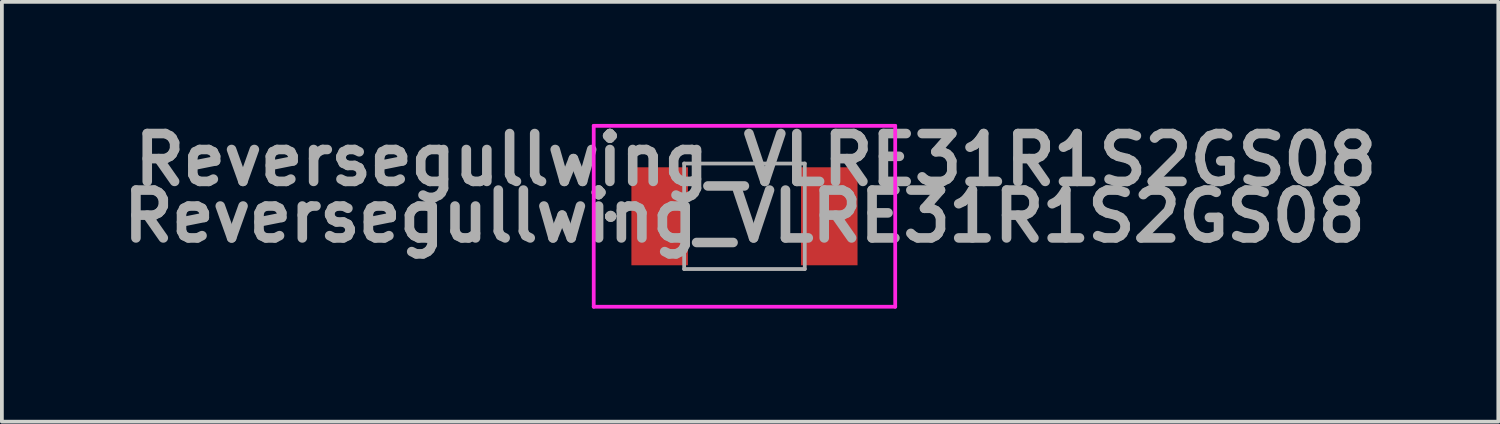
<source format=kicad_pcb>
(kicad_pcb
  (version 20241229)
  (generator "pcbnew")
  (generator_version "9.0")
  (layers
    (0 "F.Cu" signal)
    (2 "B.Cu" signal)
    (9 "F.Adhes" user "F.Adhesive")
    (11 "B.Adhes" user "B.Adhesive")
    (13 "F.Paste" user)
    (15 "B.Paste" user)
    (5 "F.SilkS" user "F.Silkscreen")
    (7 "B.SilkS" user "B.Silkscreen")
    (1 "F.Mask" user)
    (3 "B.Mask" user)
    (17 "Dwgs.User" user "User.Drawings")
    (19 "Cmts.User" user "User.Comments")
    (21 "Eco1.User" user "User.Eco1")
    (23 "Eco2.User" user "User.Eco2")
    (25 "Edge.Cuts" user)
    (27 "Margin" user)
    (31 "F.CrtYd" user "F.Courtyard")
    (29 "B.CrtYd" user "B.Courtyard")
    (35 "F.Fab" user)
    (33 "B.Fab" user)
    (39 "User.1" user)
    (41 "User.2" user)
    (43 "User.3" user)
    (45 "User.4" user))
  (footprint "Reversegullwing_VLRE31R1S2GS08"
    (layer "F.Cu")
    (at 16.704 2.689)
    (property "Reference" "Reversegullwing_VLRE31R1S2GS08" (at 0.3 -1.5 0) (layer "F.Fab") (effects (font (size 1.27 1.27) (thickness 0.254))))
    (attr through_hole)
    (fp_line (start -4 -2.4) (end 4 -2.4) (stroke (width 0.1) (type solid)) (layer "F.CrtYd"))
    (fp_line (start -4 2.4) (end -4 -2.4) (stroke (width 0.1) (type solid)) (layer "F.CrtYd"))
    (fp_line (start 4 -2.4) (end 4 2.4) (stroke (width 0.1) (type solid)) (layer "F.CrtYd"))
    (fp_line (start 4 2.4) (end -4 2.4) (stroke (width 0.1) (type solid)) (layer "F.CrtYd"))
    (fp_line (start -3.6 0) (end -3.6 0) (stroke (width 0.2) (type solid)) (layer "F.Fab"))
    (fp_line (start -3.6 0) (end -3.6 0) (stroke (width 0.2) (type solid)) (layer "F.Fab"))
    (fp_line (start -3.5 0) (end -3.5 0) (stroke (width 0.2) (type solid)) (layer "F.Fab"))
    (fp_line (start -1.6 -1.4) (end -1.6 1.4) (stroke (width 0.1) (type solid)) (layer "F.Fab"))
    (fp_line (start -1.6 1.4) (end 1.6 1.4) (stroke (width 0.1) (type solid)) (layer "F.Fab"))
    (fp_line (start 1.6 -1.4) (end -1.6 -1.4) (stroke (width 0.1) (type solid)) (layer "F.Fab"))
    (fp_line (start 1.6 1.4) (end 1.6 -1.4) (stroke (width 0.1) (type solid)) (layer "F.Fab"))
    (fp_arc (start -3.6 0) (mid -3.55 -0.05) (end -3.5 0) (stroke (width 0.2) (type solid)) (layer "F.Fab"))
    (fp_arc (start -3.5 0) (mid -3.55 0.05) (end -3.6 0) (stroke (width 0.2) (type solid)) (layer "F.Fab"))
    (fp_arc (start -3.5 0) (mid -3.55 0.05) (end -3.6 0) (stroke (width 0.2) (type solid)) (layer "F.Fab"))
    (fp_text user "${REFERENCE}" (at 0 0 0) (layer "F.Fab") (effects (font (size 1.27 1.27) (thickness 0.254))))
    (pad "1" smd rect (at -2.25 0) (size 1.5 2.6) (layers "F.Cu" "F.Mask" "F.Paste"))
    (pad "2" smd rect (at 2.25 0) (size 1.5 2.6) (layers "F.Cu" "F.Mask" "F.Paste")))
  (gr_rect
    (start -3 -3)
    (end 36.707 8.139)
    (stroke (width 0.1) (type default))
    (fill no)
    (layer "Edge.Cuts")))
</source>
